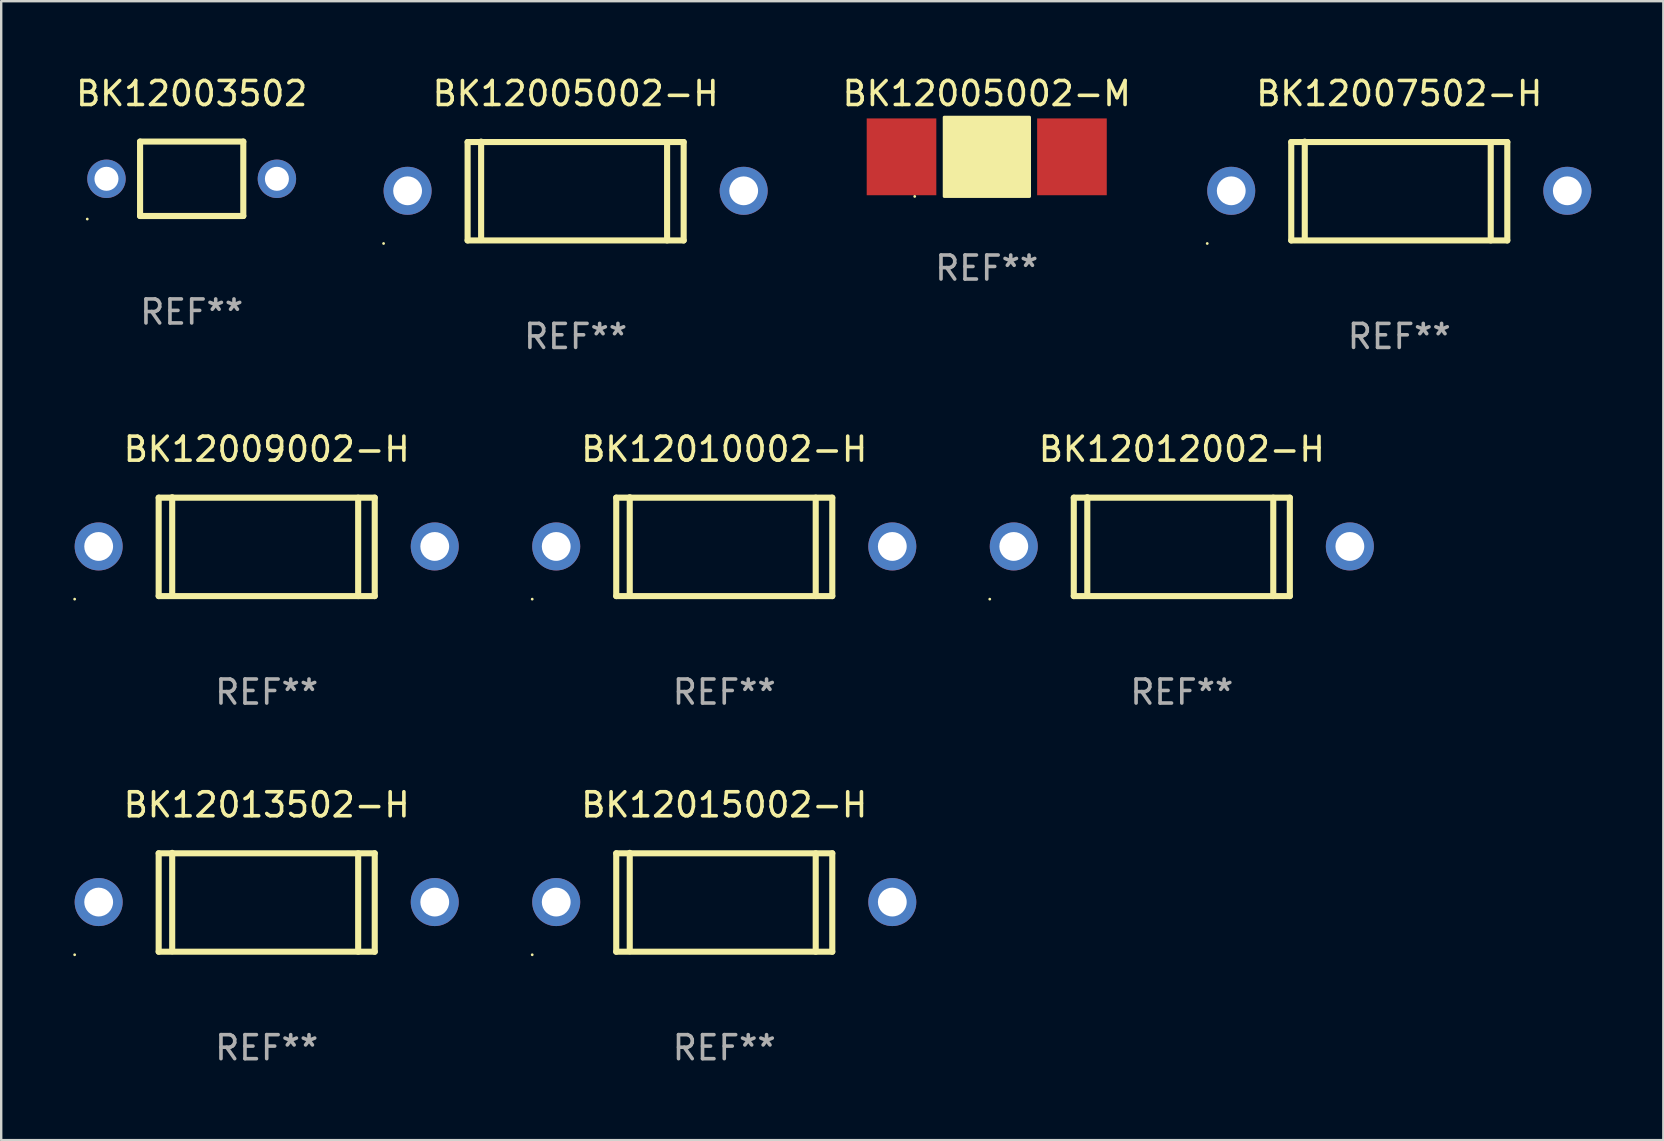
<source format=kicad_pcb>
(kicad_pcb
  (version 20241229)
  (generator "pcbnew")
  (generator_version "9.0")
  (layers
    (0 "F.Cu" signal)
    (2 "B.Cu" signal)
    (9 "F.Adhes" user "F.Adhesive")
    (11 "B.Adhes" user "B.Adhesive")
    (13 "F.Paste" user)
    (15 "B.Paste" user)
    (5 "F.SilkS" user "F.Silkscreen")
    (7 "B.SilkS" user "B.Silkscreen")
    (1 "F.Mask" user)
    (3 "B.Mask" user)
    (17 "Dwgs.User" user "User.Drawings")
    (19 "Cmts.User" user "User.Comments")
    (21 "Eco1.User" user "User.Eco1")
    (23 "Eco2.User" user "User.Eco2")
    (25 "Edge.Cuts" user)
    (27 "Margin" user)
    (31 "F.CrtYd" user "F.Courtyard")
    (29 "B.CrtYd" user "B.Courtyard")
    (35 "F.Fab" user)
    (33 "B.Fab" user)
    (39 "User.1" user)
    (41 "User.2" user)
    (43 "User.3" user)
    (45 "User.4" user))
  (footprint "BK12005002-H"
    (layer "F.Cu")
    (at 20.929 4.907)
    (property "Reference" "BK12005002-H" (at 0 -4.059 0) (layer "F.SilkS") (effects (font (size 1 1) (thickness 0.15))))
    (attr through_hole)
    (fp_line (start -4.5 2.059) (end 4.5 2.059) (stroke (width 0.254) (type solid)) (layer "F.SilkS"))
    (fp_line (start -4.5 -2.041) (end -4.5 2.059) (stroke (width 0.254) (type solid)) (layer "F.SilkS"))
    (fp_line (start -3.937 -2.059) (end -3.937 2.041) (stroke (width 0.254) (type solid)) (layer "F.SilkS"))
    (fp_line (start 3.81 -2.041) (end 3.81 2.059) (stroke (width 0.254) (type solid)) (layer "F.SilkS"))
    (fp_line (start 4.5 -2.041) (end -4.5 -2.041) (stroke (width 0.254) (type solid)) (layer "F.SilkS"))
    (fp_line (start 4.5 -2.041) (end 4.5 2.059) (stroke (width 0.254) (type solid)) (layer "F.SilkS"))
    (fp_circle (center -8 2.186) (end -7.97 2.186) (stroke (width 0.06) (type solid)) (fill no) (layer "F.SilkS"))
    (fp_text user "REF**" (at 0 6.059 0) (layer "F.Fab") (effects (font (size 1 1) (thickness 0.15))))
    (pad "1" thru_hole circle (at -7 -0.009) (size 2 2) (drill 1.2) (layers "*.Cu" "*.Mask"))
    (pad "2" thru_hole circle (at 7 -0.009) (size 2 2) (drill 1.2) (layers "*.Cu" "*.Mask")))
  (footprint "BK12015002-H"
    (layer "F.Cu")
    (at 27.12 34.536)
    (property "Reference" "BK12015002-H" (at 0 -4.059 0) (layer "F.SilkS") (effects (font (size 1 1) (thickness 0.15))))
    (attr through_hole)
    (fp_line (start -4.5 2.059) (end 4.5 2.059) (stroke (width 0.254) (type solid)) (layer "F.SilkS"))
    (fp_line (start -4.5 -2.041) (end -4.5 2.059) (stroke (width 0.254) (type solid)) (layer "F.SilkS"))
    (fp_line (start -3.937 -2.059) (end -3.937 2.041) (stroke (width 0.254) (type solid)) (layer "F.SilkS"))
    (fp_line (start 3.81 -2.041) (end 3.81 2.059) (stroke (width 0.254) (type solid)) (layer "F.SilkS"))
    (fp_line (start 4.5 -2.041) (end -4.5 -2.041) (stroke (width 0.254) (type solid)) (layer "F.SilkS"))
    (fp_line (start 4.5 -2.041) (end 4.5 2.059) (stroke (width 0.254) (type solid)) (layer "F.SilkS"))
    (fp_circle (center -8 2.186) (end -7.97 2.186) (stroke (width 0.06) (type solid)) (fill no) (layer "F.SilkS"))
    (fp_text user "REF**" (at 0 6.059 0) (layer "F.Fab") (effects (font (size 1 1) (thickness 0.15))))
    (pad "1" thru_hole circle (at -7 -0.009) (size 2 2) (drill 1.2) (layers "*.Cu" "*.Mask"))
    (pad "2" thru_hole circle (at 7 -0.009) (size 2 2) (drill 1.2) (layers "*.Cu" "*.Mask")))
  (footprint "BK12010002-H"
    (layer "F.Cu")
    (at 27.12 19.722)
    (property "Reference" "BK12010002-H" (at 0 -4.059 0) (layer "F.SilkS") (effects (font (size 1 1) (thickness 0.15))))
    (attr through_hole)
    (fp_line (start -4.5 2.059) (end 4.5 2.059) (stroke (width 0.254) (type solid)) (layer "F.SilkS"))
    (fp_line (start -4.5 -2.041) (end -4.5 2.059) (stroke (width 0.254) (type solid)) (layer "F.SilkS"))
    (fp_line (start -3.937 -2.059) (end -3.937 2.041) (stroke (width 0.254) (type solid)) (layer "F.SilkS"))
    (fp_line (start 3.81 -2.041) (end 3.81 2.059) (stroke (width 0.254) (type solid)) (layer "F.SilkS"))
    (fp_line (start 4.5 -2.041) (end -4.5 -2.041) (stroke (width 0.254) (type solid)) (layer "F.SilkS"))
    (fp_line (start 4.5 -2.041) (end 4.5 2.059) (stroke (width 0.254) (type solid)) (layer "F.SilkS"))
    (fp_circle (center -8 2.186) (end -7.97 2.186) (stroke (width 0.06) (type solid)) (fill no) (layer "F.SilkS"))
    (fp_text user "REF**" (at 0 6.059 0) (layer "F.Fab") (effects (font (size 1 1) (thickness 0.15))))
    (pad "1" thru_hole circle (at -7 -0.009) (size 2 2) (drill 1.2) (layers "*.Cu" "*.Mask"))
    (pad "2" thru_hole circle (at 7 -0.009) (size 2 2) (drill 1.2) (layers "*.Cu" "*.Mask")))
  (footprint "BK12009002-H"
    (layer "F.Cu")
    (at 8.06 19.722)
    (property "Reference" "BK12009002-H" (at 0 -4.059 0) (layer "F.SilkS") (effects (font (size 1 1) (thickness 0.15))))
    (attr through_hole)
    (fp_line (start -4.5 2.059) (end 4.5 2.059) (stroke (width 0.254) (type solid)) (layer "F.SilkS"))
    (fp_line (start -4.5 -2.041) (end -4.5 2.059) (stroke (width 0.254) (type solid)) (layer "F.SilkS"))
    (fp_line (start -3.937 -2.059) (end -3.937 2.041) (stroke (width 0.254) (type solid)) (layer "F.SilkS"))
    (fp_line (start 3.81 -2.041) (end 3.81 2.059) (stroke (width 0.254) (type solid)) (layer "F.SilkS"))
    (fp_line (start 4.5 -2.041) (end -4.5 -2.041) (stroke (width 0.254) (type solid)) (layer "F.SilkS"))
    (fp_line (start 4.5 -2.041) (end 4.5 2.059) (stroke (width 0.254) (type solid)) (layer "F.SilkS"))
    (fp_circle (center -8 2.186) (end -7.97 2.186) (stroke (width 0.06) (type solid)) (fill no) (layer "F.SilkS"))
    (fp_text user "REF**" (at 0 6.059 0) (layer "F.Fab") (effects (font (size 1 1) (thickness 0.15))))
    (pad "1" thru_hole circle (at -7 -0.009) (size 2 2) (drill 1.2) (layers "*.Cu" "*.Mask"))
    (pad "2" thru_hole circle (at 7 -0.009) (size 2 2) (drill 1.2) (layers "*.Cu" "*.Mask")))
  (footprint "BK12005002-M"
    (layer "F.Cu")
    (at 38.054 3.483)
    (property "Reference" "BK12005002-M" (at 0 -2.635 0) (layer "F.SilkS") (effects (font (size 1 1) (thickness 0.15))))
    (attr through_hole)
    (fp_line (start -0.636 -0.635) (end -0.255 -0.254) (stroke (width 0.254) (type solid)) (layer "F.SilkS"))
    (fp_line (start -0.636 0.635) (end -0.636 -0.635) (stroke (width 0.254) (type solid)) (layer "F.SilkS"))
    (fp_line (start -0.509 -0.508) (end 0.634 0.635) (stroke (width 0.254) (type solid)) (layer "F.SilkS"))
    (fp_line (start 0.634 -0.635) (end -0.636 0.635) (stroke (width 0.254) (type solid)) (layer "F.SilkS"))
    (fp_line (start 0.634 0.635) (end 0.634 -0.635) (stroke (width 0.254) (type solid)) (layer "F.SilkS"))
    (fp_circle (center -3 1.65) (end -2.97 1.65) (stroke (width 0.06) (type solid)) (fill no) (layer "F.SilkS"))
    (fp_poly (pts (xy -1.772 -1.651) (xy 1.784 -1.651) (xy 1.784 1.651) (xy -1.772 1.651)) (stroke (width 0.12) (type solid)) (fill yes) (layer "F.SilkS"))
    (fp_text user "REF**" (at 0 4.635 0) (layer "F.Fab") (effects (font (size 1 1) (thickness 0.15))))
    (pad "1" smd rect (at -3.55 0) (size 2.9 3.2) (layers "F.Cu" "F.Mask" "F.Paste"))
    (pad "2" smd rect (at 3.55 0) (size 2.9 3.2) (layers "F.Cu" "F.Mask" "F.Paste")))
  (footprint "BK12007502-H"
    (layer "F.Cu")
    (at 55.239 4.907)
    (property "Reference" "BK12007502-H" (at 0 -4.059 0) (layer "F.SilkS") (effects (font (size 1 1) (thickness 0.15))))
    (attr through_hole)
    (fp_line (start -4.5 2.059) (end 4.5 2.059) (stroke (width 0.254) (type solid)) (layer "F.SilkS"))
    (fp_line (start -4.5 -2.041) (end -4.5 2.059) (stroke (width 0.254) (type solid)) (layer "F.SilkS"))
    (fp_line (start -3.937 -2.059) (end -3.937 2.041) (stroke (width 0.254) (type solid)) (layer "F.SilkS"))
    (fp_line (start 3.81 -2.041) (end 3.81 2.059) (stroke (width 0.254) (type solid)) (layer "F.SilkS"))
    (fp_line (start 4.5 -2.041) (end -4.5 -2.041) (stroke (width 0.254) (type solid)) (layer "F.SilkS"))
    (fp_line (start 4.5 -2.041) (end 4.5 2.059) (stroke (width 0.254) (type solid)) (layer "F.SilkS"))
    (fp_circle (center -8 2.186) (end -7.97 2.186) (stroke (width 0.06) (type solid)) (fill no) (layer "F.SilkS"))
    (fp_text user "REF**" (at 0 6.059 0) (layer "F.Fab") (effects (font (size 1 1) (thickness 0.15))))
    (pad "1" thru_hole circle (at -7 -0.009) (size 2 2) (drill 1.2) (layers "*.Cu" "*.Mask"))
    (pad "2" thru_hole circle (at 7 -0.009) (size 2 2) (drill 1.2) (layers "*.Cu" "*.Mask")))
  (footprint "BK12003502"
    (layer "F.Cu")
    (at 4.935 4.398)
    (property "Reference" "BK12003502" (at 0 -3.55 0) (layer "F.SilkS") (effects (font (size 1 1) (thickness 0.15))))
    (attr through_hole)
    (fp_line (start -2.15 -1.55) (end 2.15 -1.55) (stroke (width 0.254) (type solid)) (layer "F.SilkS"))
    (fp_line (start -2.15 1.55) (end -2.15 -1.55) (stroke (width 0.254) (type solid)) (layer "F.SilkS"))
    (fp_line (start 2.15 -1.55) (end 2.15 1.549) (stroke (width 0.254) (type solid)) (layer "F.SilkS"))
    (fp_line (start 2.15 1.55) (end -2.15 1.55) (stroke (width 0.254) (type solid)) (layer "F.SilkS"))
    (fp_circle (center -4.35 1.677) (end -4.32 1.677) (stroke (width 0.06) (type solid)) (fill no) (layer "F.SilkS"))
    (fp_text user "REF**" (at 0 5.55 0) (layer "F.Fab") (effects (font (size 1 1) (thickness 0.15))))
    (pad "1" thru_hole circle (at -3.55 0) (size 1.6 1.6) (drill 1) (layers "*.Cu" "*.Mask"))
    (pad "2" thru_hole circle (at 3.55 0) (size 1.6 1.6) (drill 1) (layers "*.Cu" "*.Mask")))
  (footprint "BK12012002-H"
    (layer "F.Cu")
    (at 46.18 19.722)
    (property "Reference" "BK12012002-H" (at 0 -4.059 0) (layer "F.SilkS") (effects (font (size 1 1) (thickness 0.15))))
    (attr through_hole)
    (fp_line (start -4.5 2.059) (end 4.5 2.059) (stroke (width 0.254) (type solid)) (layer "F.SilkS"))
    (fp_line (start -4.5 -2.041) (end -4.5 2.059) (stroke (width 0.254) (type solid)) (layer "F.SilkS"))
    (fp_line (start -3.937 -2.059) (end -3.937 2.041) (stroke (width 0.254) (type solid)) (layer "F.SilkS"))
    (fp_line (start 3.81 -2.041) (end 3.81 2.059) (stroke (width 0.254) (type solid)) (layer "F.SilkS"))
    (fp_line (start 4.5 -2.041) (end -4.5 -2.041) (stroke (width 0.254) (type solid)) (layer "F.SilkS"))
    (fp_line (start 4.5 -2.041) (end 4.5 2.059) (stroke (width 0.254) (type solid)) (layer "F.SilkS"))
    (fp_circle (center -8 2.186) (end -7.97 2.186) (stroke (width 0.06) (type solid)) (fill no) (layer "F.SilkS"))
    (fp_text user "REF**" (at 0 6.059 0) (layer "F.Fab") (effects (font (size 1 1) (thickness 0.15))))
    (pad "1" thru_hole circle (at -7 -0.009) (size 2 2) (drill 1.2) (layers "*.Cu" "*.Mask"))
    (pad "2" thru_hole circle (at 7 -0.009) (size 2 2) (drill 1.2) (layers "*.Cu" "*.Mask")))
  (footprint "BK12013502-H"
    (layer "F.Cu")
    (at 8.06 34.536)
    (property "Reference" "BK12013502-H" (at 0 -4.059 0) (layer "F.SilkS") (effects (font (size 1 1) (thickness 0.15))))
    (attr through_hole)
    (fp_line (start -4.5 2.059) (end 4.5 2.059) (stroke (width 0.254) (type solid)) (layer "F.SilkS"))
    (fp_line (start -4.5 -2.041) (end -4.5 2.059) (stroke (width 0.254) (type solid)) (layer "F.SilkS"))
    (fp_line (start -3.937 -2.059) (end -3.937 2.041) (stroke (width 0.254) (type solid)) (layer "F.SilkS"))
    (fp_line (start 3.81 -2.041) (end 3.81 2.059) (stroke (width 0.254) (type solid)) (layer "F.SilkS"))
    (fp_line (start 4.5 -2.041) (end -4.5 -2.041) (stroke (width 0.254) (type solid)) (layer "F.SilkS"))
    (fp_line (start 4.5 -2.041) (end 4.5 2.059) (stroke (width 0.254) (type solid)) (layer "F.SilkS"))
    (fp_circle (center -8 2.186) (end -7.97 2.186) (stroke (width 0.06) (type solid)) (fill no) (layer "F.SilkS"))
    (fp_text user "REF**" (at 0 6.059 0) (layer "F.Fab") (effects (font (size 1 1) (thickness 0.15))))
    (pad "1" thru_hole circle (at -7 -0.009) (size 2 2) (drill 1.2) (layers "*.Cu" "*.Mask"))
    (pad "2" thru_hole circle (at 7 -0.009) (size 2 2) (drill 1.2) (layers "*.Cu" "*.Mask")))
  (gr_rect
    (start -3 -3)
    (end 66.239 44.444)
    (stroke (width 0.1) (type default))
    (fill no)
    (layer "Edge.Cuts")))
</source>
